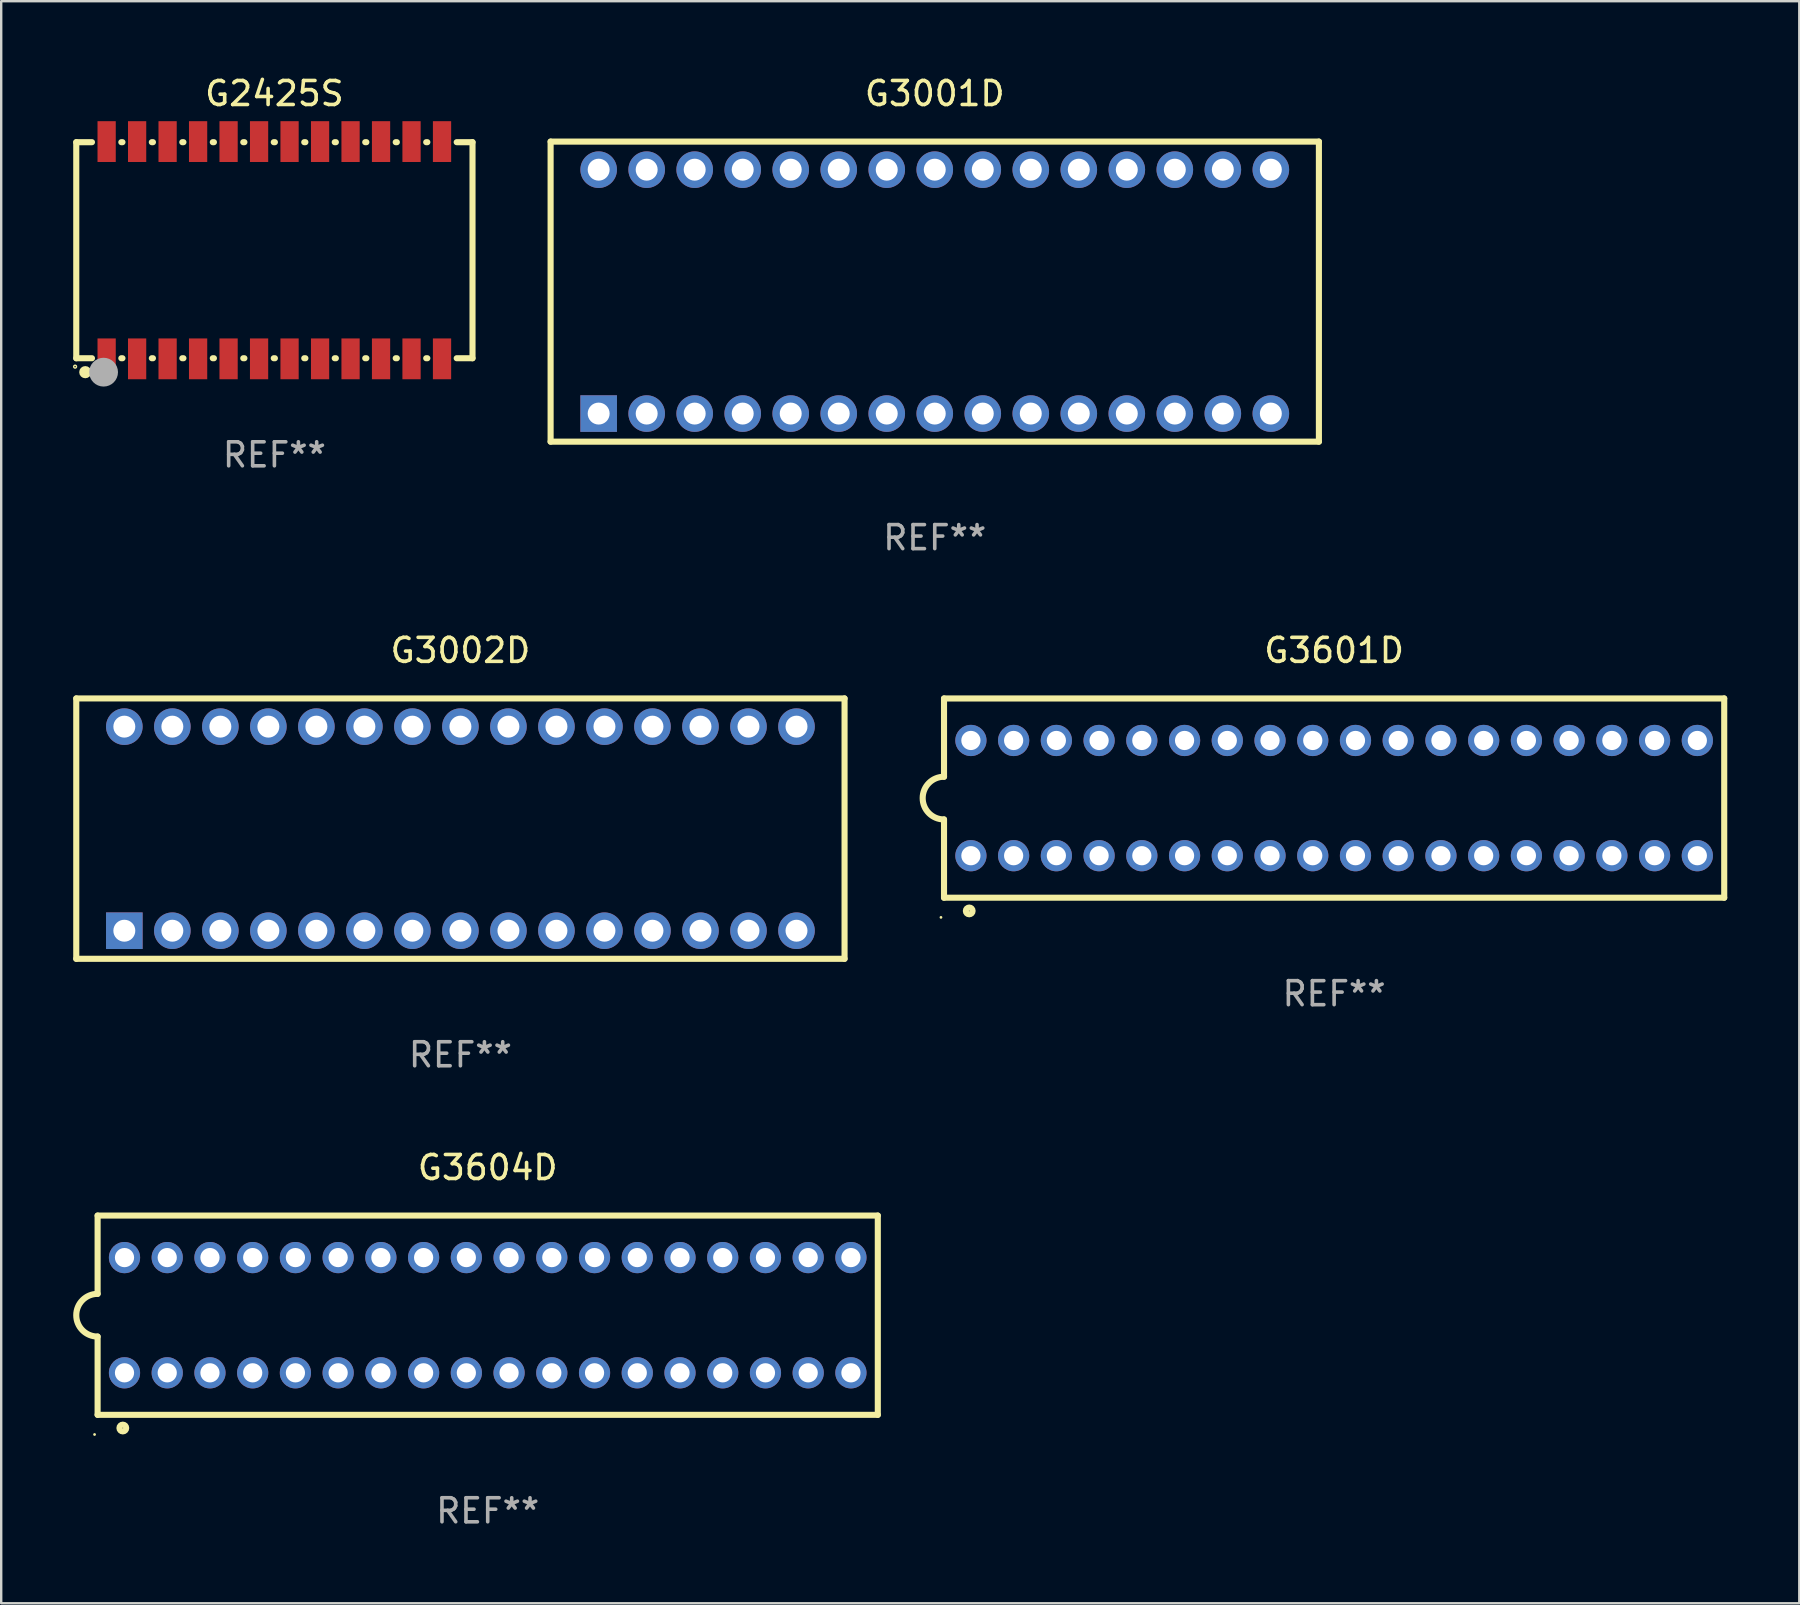
<source format=kicad_pcb>
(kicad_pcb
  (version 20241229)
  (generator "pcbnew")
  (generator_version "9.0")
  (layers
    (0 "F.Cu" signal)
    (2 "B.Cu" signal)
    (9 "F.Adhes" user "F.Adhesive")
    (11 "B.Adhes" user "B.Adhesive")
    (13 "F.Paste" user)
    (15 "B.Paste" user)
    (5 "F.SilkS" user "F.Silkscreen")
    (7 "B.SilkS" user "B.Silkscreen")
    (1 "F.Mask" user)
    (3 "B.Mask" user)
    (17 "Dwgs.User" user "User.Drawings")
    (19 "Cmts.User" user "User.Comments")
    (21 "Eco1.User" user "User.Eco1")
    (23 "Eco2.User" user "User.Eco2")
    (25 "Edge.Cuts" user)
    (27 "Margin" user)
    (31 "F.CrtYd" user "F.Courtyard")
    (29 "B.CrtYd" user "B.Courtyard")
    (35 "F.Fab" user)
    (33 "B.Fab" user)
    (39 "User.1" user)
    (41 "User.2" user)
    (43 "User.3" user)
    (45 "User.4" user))
  (footprint "G3001D"
    (layer "F.Cu")
    (at 35.888 9.098)
    (property "Reference" "G3001D" (at 0 -8.25 0) (layer "F.SilkS") (effects (font (size 1 1) (thickness 0.15))))
    (attr through_hole)
    (fp_line (start -16.002 -6.25) (end -16.002 6.25) (stroke (width 0.254) (type solid)) (layer "F.SilkS"))
    (fp_line (start -16.002 -6.25) (end 16.002 -6.25) (stroke (width 0.254) (type solid)) (layer "F.SilkS"))
    (fp_line (start -16.002 6.25) (end 16.002 6.25) (stroke (width 0.254) (type solid)) (layer "F.SilkS"))
    (fp_line (start 16.002 -6.25) (end 16.002 6.25) (stroke (width 0.254) (type solid)) (layer "F.SilkS"))
    (fp_text user "REF**" (at 0 10.25 0) (layer "F.Fab") (effects (font (size 1 1) (thickness 0.15))))
    (pad "1" thru_hole rect (at -14 5.08) (size 1.524 1.524) (drill 0.914) (layers "*.Cu" "*.Mask"))
    (pad "2" thru_hole circle (at -12 5.08) (size 1.524 1.524) (drill 0.914) (layers "*.Cu" "*.Mask"))
    (pad "3" thru_hole circle (at -10 5.08) (size 1.524 1.524) (drill 0.914) (layers "*.Cu" "*.Mask"))
    (pad "4" thru_hole circle (at -8 5.08) (size 1.524 1.524) (drill 0.914) (layers "*.Cu" "*.Mask"))
    (pad "5" thru_hole circle (at -6 5.08) (size 1.524 1.524) (drill 0.914) (layers "*.Cu" "*.Mask"))
    (pad "6" thru_hole circle (at -4 5.08) (size 1.524 1.524) (drill 0.914) (layers "*.Cu" "*.Mask"))
    (pad "7" thru_hole circle (at -2 5.08) (size 1.524 1.524) (drill 0.914) (layers "*.Cu" "*.Mask"))
    (pad "8" thru_hole circle (at 0 5.08) (size 1.524 1.524) (drill 0.914) (layers "*.Cu" "*.Mask"))
    (pad "9" thru_hole circle (at 2 5.08) (size 1.524 1.524) (drill 0.914) (layers "*.Cu" "*.Mask"))
    (pad "10" thru_hole circle (at 4 5.08) (size 1.524 1.524) (drill 0.914) (layers "*.Cu" "*.Mask"))
    (pad "11" thru_hole circle (at 6 5.08) (size 1.524 1.524) (drill 0.914) (layers "*.Cu" "*.Mask"))
    (pad "12" thru_hole circle (at 8 5.08) (size 1.524 1.524) (drill 0.914) (layers "*.Cu" "*.Mask"))
    (pad "13" thru_hole circle (at 10 5.08) (size 1.524 1.524) (drill 0.914) (layers "*.Cu" "*.Mask"))
    (pad "14" thru_hole circle (at 12 5.08) (size 1.524 1.524) (drill 0.914) (layers "*.Cu" "*.Mask"))
    (pad "15" thru_hole circle (at 14 5.08) (size 1.524 1.524) (drill 0.914) (layers "*.Cu" "*.Mask"))
    (pad "16" thru_hole circle (at 14 -5.08) (size 1.524 1.524) (drill 0.914) (layers "*.Cu" "*.Mask"))
    (pad "17" thru_hole circle (at 12 -5.08) (size 1.524 1.524) (drill 0.914) (layers "*.Cu" "*.Mask"))
    (pad "18" thru_hole circle (at 10 -5.08) (size 1.524 1.524) (drill 0.914) (layers "*.Cu" "*.Mask"))
    (pad "19" thru_hole circle (at 8 -5.08) (size 1.524 1.524) (drill 0.914) (layers "*.Cu" "*.Mask"))
    (pad "20" thru_hole circle (at 6 -5.08) (size 1.524 1.524) (drill 0.914) (layers "*.Cu" "*.Mask"))
    (pad "21" thru_hole circle (at 4 -5.08) (size 1.524 1.524) (drill 0.914) (layers "*.Cu" "*.Mask"))
    (pad "22" thru_hole circle (at 2 -5.08) (size 1.524 1.524) (drill 0.914) (layers "*.Cu" "*.Mask"))
    (pad "23" thru_hole circle (at 0 -5.08) (size 1.524 1.524) (drill 0.914) (layers "*.Cu" "*.Mask"))
    (pad "24" thru_hole circle (at -2 -5.08) (size 1.524 1.524) (drill 0.914) (layers "*.Cu" "*.Mask"))
    (pad "25" thru_hole circle (at -4 -5.08) (size 1.524 1.524) (drill 0.914) (layers "*.Cu" "*.Mask"))
    (pad "26" thru_hole circle (at -6 -5.08) (size 1.524 1.524) (drill 0.914) (layers "*.Cu" "*.Mask"))
    (pad "27" thru_hole circle (at -8 -5.08) (size 1.524 1.524) (drill 0.914) (layers "*.Cu" "*.Mask"))
    (pad "28" thru_hole circle (at -10 -5.08) (size 1.524 1.524) (drill 0.914) (layers "*.Cu" "*.Mask"))
    (pad "29" thru_hole circle (at -12 -5.08) (size 1.524 1.524) (drill 0.914) (layers "*.Cu" "*.Mask"))
    (pad "30" thru_hole circle (at -14 -5.08) (size 1.524 1.524) (drill 0.914) (layers "*.Cu" "*.Mask")))
  (footprint "G3604D"
    (layer "F.Cu")
    (at 17.266 51.736)
    (property "Reference" "G3604D" (at 0 -6.15 0) (layer "F.SilkS") (effects (font (size 1 1) (thickness 0.15))))
    (attr through_hole)
    (fp_line (start -16.25 -4.15) (end -16.25 -0.89) (stroke (width 0.254) (type solid)) (layer "F.SilkS"))
    (fp_line (start -16.25 -4.15) (end 16.25 -4.15) (stroke (width 0.254) (type solid)) (layer "F.SilkS"))
    (fp_line (start -16.25 4.15) (end -16.25 0.89) (stroke (width 0.254) (type solid)) (layer "F.SilkS"))
    (fp_line (start 16.25 -4.15) (end 16.25 4.15) (stroke (width 0.254) (type solid)) (layer "F.SilkS"))
    (fp_line (start 16.25 4.15) (end -16.25 4.15) (stroke (width 0.254) (type solid)) (layer "F.SilkS"))
    (fp_arc (start -16.250038 0.889992) (mid -17.138913 0.00019) (end -16.249429 -0.889002) (stroke (width 0.254001) (type solid)) (layer "F.SilkS"))
    (fp_circle (center -16.377 4.969) (end -16.347 4.969) (stroke (width 0.06) (type solid)) (fill no) (layer "F.SilkS"))
    (fp_circle (center -15.2 4.7) (end -15.059 4.7) (stroke (width 0.254) (type solid)) (fill no) (layer "F.SilkS"))
    (fp_text user "REF**" (at 0 8.15 0) (layer "F.Fab") (effects (font (size 1 1) (thickness 0.15))))
    (pad "1" thru_hole circle (at -15.13 2.4) (size 1.3 1.3) (drill 0.8) (layers "*.Cu" "*.Mask"))
    (pad "2" thru_hole circle (at -13.35 2.4) (size 1.3 1.3) (drill 0.8) (layers "*.Cu" "*.Mask"))
    (pad "3" thru_hole circle (at -11.57 2.4) (size 1.3 1.3) (drill 0.8) (layers "*.Cu" "*.Mask"))
    (pad "4" thru_hole circle (at -9.79 2.4) (size 1.3 1.3) (drill 0.8) (layers "*.Cu" "*.Mask"))
    (pad "5" thru_hole circle (at -8.01 2.4) (size 1.3 1.3) (drill 0.8) (layers "*.Cu" "*.Mask"))
    (pad "6" thru_hole circle (at -6.23 2.4) (size 1.3 1.3) (drill 0.8) (layers "*.Cu" "*.Mask"))
    (pad "7" thru_hole circle (at -4.45 2.4) (size 1.3 1.3) (drill 0.8) (layers "*.Cu" "*.Mask"))
    (pad "8" thru_hole circle (at -2.67 2.4) (size 1.3 1.3) (drill 0.8) (layers "*.Cu" "*.Mask"))
    (pad "9" thru_hole circle (at -0.89 2.4) (size 1.3 1.3) (drill 0.8) (layers "*.Cu" "*.Mask"))
    (pad "10" thru_hole circle (at 0.89 2.4) (size 1.3 1.3) (drill 0.8) (layers "*.Cu" "*.Mask"))
    (pad "11" thru_hole circle (at 2.67 2.4) (size 1.3 1.3) (drill 0.8) (layers "*.Cu" "*.Mask"))
    (pad "12" thru_hole circle (at 4.45 2.4) (size 1.3 1.3) (drill 0.8) (layers "*.Cu" "*.Mask"))
    (pad "13" thru_hole circle (at 6.23 2.4) (size 1.3 1.3) (drill 0.8) (layers "*.Cu" "*.Mask"))
    (pad "14" thru_hole circle (at 8.01 2.4) (size 1.3 1.3) (drill 0.8) (layers "*.Cu" "*.Mask"))
    (pad "15" thru_hole circle (at 9.79 2.4) (size 1.3 1.3) (drill 0.8) (layers "*.Cu" "*.Mask"))
    (pad "16" thru_hole circle (at 11.57 2.4) (size 1.3 1.3) (drill 0.8) (layers "*.Cu" "*.Mask"))
    (pad "17" thru_hole circle (at 13.35 2.4) (size 1.3 1.3) (drill 0.8) (layers "*.Cu" "*.Mask"))
    (pad "18" thru_hole circle (at 15.13 2.4) (size 1.3 1.3) (drill 0.8) (layers "*.Cu" "*.Mask"))
    (pad "19" thru_hole circle (at 15.13 -2.4) (size 1.3 1.3) (drill 0.8) (layers "*.Cu" "*.Mask"))
    (pad "20" thru_hole circle (at 13.35 -2.4) (size 1.3 1.3) (drill 0.8) (layers "*.Cu" "*.Mask"))
    (pad "21" thru_hole circle (at 11.57 -2.4) (size 1.3 1.3) (drill 0.8) (layers "*.Cu" "*.Mask"))
    (pad "22" thru_hole circle (at 9.79 -2.4) (size 1.3 1.3) (drill 0.8) (layers "*.Cu" "*.Mask"))
    (pad "23" thru_hole circle (at 8.01 -2.4) (size 1.3 1.3) (drill 0.8) (layers "*.Cu" "*.Mask"))
    (pad "24" thru_hole circle (at 6.23 -2.4) (size 1.3 1.3) (drill 0.8) (layers "*.Cu" "*.Mask"))
    (pad "25" thru_hole circle (at 4.45 -2.4) (size 1.3 1.3) (drill 0.8) (layers "*.Cu" "*.Mask"))
    (pad "26" thru_hole circle (at 2.67 -2.4) (size 1.3 1.3) (drill 0.8) (layers "*.Cu" "*.Mask"))
    (pad "27" thru_hole circle (at 0.89 -2.4) (size 1.3 1.3) (drill 0.8) (layers "*.Cu" "*.Mask"))
    (pad "28" thru_hole circle (at -0.89 -2.4) (size 1.3 1.3) (drill 0.8) (layers "*.Cu" "*.Mask"))
    (pad "29" thru_hole circle (at -2.67 -2.4) (size 1.3 1.3) (drill 0.8) (layers "*.Cu" "*.Mask"))
    (pad "30" thru_hole circle (at -4.45 -2.4) (size 1.3 1.3) (drill 0.8) (layers "*.Cu" "*.Mask"))
    (pad "31" thru_hole circle (at -6.23 -2.4) (size 1.3 1.3) (drill 0.8) (layers "*.Cu" "*.Mask"))
    (pad "32" thru_hole circle (at -8.01 -2.4) (size 1.3 1.3) (drill 0.8) (layers "*.Cu" "*.Mask"))
    (pad "33" thru_hole circle (at -9.79 -2.4) (size 1.3 1.3) (drill 0.8) (layers "*.Cu" "*.Mask"))
    (pad "34" thru_hole circle (at -11.57 -2.4) (size 1.3 1.3) (drill 0.8) (layers "*.Cu" "*.Mask"))
    (pad "35" thru_hole circle (at -13.35 -2.4) (size 1.3 1.3) (drill 0.8) (layers "*.Cu" "*.Mask"))
    (pad "36" thru_hole circle (at -15.13 -2.4) (size 1.3 1.3) (drill 0.8) (layers "*.Cu" "*.Mask")))
  (footprint "G2425S"
    (layer "F.Cu")
    (at 8.38 7.373)
    (property "Reference" "G2425S" (at 0 -6.525 0) (layer "F.SilkS") (effects (font (size 1 1) (thickness 0.15))))
    (attr through_hole)
    (fp_line (start -8.253 -4.5) (end -8.253 4.5) (stroke (width 0.254) (type solid)) (layer "F.SilkS"))
    (fp_line (start -8.253 -4.5) (end -7.599 -4.5) (stroke (width 0.254) (type solid)) (layer "F.SilkS"))
    (fp_line (start -8.253 4.5) (end -7.599 4.5) (stroke (width 0.254) (type solid)) (layer "F.SilkS"))
    (fp_line (start -6.376 -4.5) (end -6.329 -4.5) (stroke (width 0.254) (type solid)) (layer "F.SilkS"))
    (fp_line (start -6.376 4.5) (end -6.329 4.5) (stroke (width 0.254) (type solid)) (layer "F.SilkS"))
    (fp_line (start -5.106 -4.5) (end -5.059 -4.5) (stroke (width 0.254) (type solid)) (layer "F.SilkS"))
    (fp_line (start -5.106 4.5) (end -5.059 4.5) (stroke (width 0.254) (type solid)) (layer "F.SilkS"))
    (fp_line (start -3.836 -4.5) (end -3.789 -4.5) (stroke (width 0.254) (type solid)) (layer "F.SilkS"))
    (fp_line (start -3.836 4.5) (end -3.789 4.5) (stroke (width 0.254) (type solid)) (layer "F.SilkS"))
    (fp_line (start -2.566 -4.5) (end -2.519 -4.5) (stroke (width 0.254) (type solid)) (layer "F.SilkS"))
    (fp_line (start -2.566 4.5) (end -2.519 4.5) (stroke (width 0.254) (type solid)) (layer "F.SilkS"))
    (fp_line (start -1.296 -4.5) (end -1.249 -4.5) (stroke (width 0.254) (type solid)) (layer "F.SilkS"))
    (fp_line (start -1.296 4.5) (end -1.249 4.5) (stroke (width 0.254) (type solid)) (layer "F.SilkS"))
    (fp_line (start -0.026 -4.5) (end 0.021 -4.5) (stroke (width 0.254) (type solid)) (layer "F.SilkS"))
    (fp_line (start -0.026 4.5) (end 0.021 4.5) (stroke (width 0.254) (type solid)) (layer "F.SilkS"))
    (fp_line (start 1.244 -4.5) (end 1.291 -4.5) (stroke (width 0.254) (type solid)) (layer "F.SilkS"))
    (fp_line (start 1.244 4.5) (end 1.291 4.5) (stroke (width 0.254) (type solid)) (layer "F.SilkS"))
    (fp_line (start 2.514 -4.5) (end 2.561 -4.5) (stroke (width 0.254) (type solid)) (layer "F.SilkS"))
    (fp_line (start 2.514 4.5) (end 2.561 4.5) (stroke (width 0.254) (type solid)) (layer "F.SilkS"))
    (fp_line (start 3.784 -4.5) (end 3.831 -4.5) (stroke (width 0.254) (type solid)) (layer "F.SilkS"))
    (fp_line (start 3.784 4.5) (end 3.831 4.5) (stroke (width 0.254) (type solid)) (layer "F.SilkS"))
    (fp_line (start 5.054 -4.5) (end 5.101 -4.5) (stroke (width 0.254) (type solid)) (layer "F.SilkS"))
    (fp_line (start 5.054 4.5) (end 5.101 4.5) (stroke (width 0.254) (type solid)) (layer "F.SilkS"))
    (fp_line (start 6.324 -4.5) (end 6.371 -4.5) (stroke (width 0.254) (type solid)) (layer "F.SilkS"))
    (fp_line (start 6.324 4.5) (end 6.371 4.5) (stroke (width 0.254) (type solid)) (layer "F.SilkS"))
    (fp_line (start 7.594 -4.5) (end 8.253 -4.5) (stroke (width 0.254) (type solid)) (layer "F.SilkS"))
    (fp_line (start 7.594 4.5) (end 8.253 4.5) (stroke (width 0.254) (type solid)) (layer "F.SilkS"))
    (fp_line (start 8.253 4.5) (end 8.253 -4.5) (stroke (width 0.254) (type solid)) (layer "F.SilkS"))
    (fp_circle (center -8.302 4.85) (end -8.273 4.85) (stroke (width 0.06) (type solid)) (fill no) (layer "F.SilkS"))
    (fp_circle (center -7.877 5.08) (end -7.75 5.08) (stroke (width 0.254) (type solid)) (fill no) (layer "F.SilkS"))
    (fp_circle (center -7.115 5.08) (end -6.815 5.08) (stroke (width 0.6) (type solid)) (fill no) (layer "F.Fab"))
    (fp_text user "REF**" (at 0 8.525 0) (layer "F.Fab") (effects (font (size 1 1) (thickness 0.15))))
    (pad "1" smd rect (at -6.988 4.525) (size 0.76 1.7) (layers "F.Cu" "F.Mask" "F.Paste"))
    (pad "2" smd rect (at -5.718 4.525) (size 0.76 1.7) (layers "F.Cu" "F.Mask" "F.Paste"))
    (pad "3" smd rect (at -4.448 4.525) (size 0.76 1.7) (layers "F.Cu" "F.Mask" "F.Paste"))
    (pad "4" smd rect (at -3.178 4.525) (size 0.76 1.7) (layers "F.Cu" "F.Mask" "F.Paste"))
    (pad "5" smd rect (at -1.908 4.525) (size 0.76 1.7) (layers "F.Cu" "F.Mask" "F.Paste"))
    (pad "6" smd rect (at -0.638 4.525) (size 0.76 1.7) (layers "F.Cu" "F.Mask" "F.Paste"))
    (pad "7" smd rect (at 0.632 4.525) (size 0.76 1.7) (layers "F.Cu" "F.Mask" "F.Paste"))
    (pad "8" smd rect (at 1.903 4.525) (size 0.76 1.7) (layers "F.Cu" "F.Mask" "F.Paste"))
    (pad "9" smd rect (at 3.173 4.525) (size 0.76 1.7) (layers "F.Cu" "F.Mask" "F.Paste"))
    (pad "10" smd rect (at 4.443 4.525) (size 0.76 1.7) (layers "F.Cu" "F.Mask" "F.Paste"))
    (pad "11" smd rect (at 5.713 4.525) (size 0.76 1.7) (layers "F.Cu" "F.Mask" "F.Paste"))
    (pad "12" smd rect (at 6.983 4.525) (size 0.76 1.7) (layers "F.Cu" "F.Mask" "F.Paste"))
    (pad "13" smd rect (at 6.983 -4.525) (size 0.76 1.7) (layers "F.Cu" "F.Mask" "F.Paste"))
    (pad "14" smd rect (at 5.713 -4.525) (size 0.76 1.7) (layers "F.Cu" "F.Mask" "F.Paste"))
    (pad "15" smd rect (at 4.443 -4.525) (size 0.76 1.7) (layers "F.Cu" "F.Mask" "F.Paste"))
    (pad "16" smd rect (at 3.173 -4.525) (size 0.76 1.7) (layers "F.Cu" "F.Mask" "F.Paste"))
    (pad "17" smd rect (at 1.903 -4.525) (size 0.76 1.7) (layers "F.Cu" "F.Mask" "F.Paste"))
    (pad "18" smd rect (at 0.632 -4.525) (size 0.76 1.7) (layers "F.Cu" "F.Mask" "F.Paste"))
    (pad "19" smd rect (at -0.638 -4.525) (size 0.76 1.7) (layers "F.Cu" "F.Mask" "F.Paste"))
    (pad "20" smd rect (at -1.908 -4.525) (size 0.76 1.7) (layers "F.Cu" "F.Mask" "F.Paste"))
    (pad "21" smd rect (at -3.178 -4.525) (size 0.76 1.7) (layers "F.Cu" "F.Mask" "F.Paste"))
    (pad "22" smd rect (at -4.448 -4.525) (size 0.76 1.7) (layers "F.Cu" "F.Mask" "F.Paste"))
    (pad "23" smd rect (at -5.718 -4.525) (size 0.76 1.7) (layers "F.Cu" "F.Mask" "F.Paste"))
    (pad "24" smd rect (at -6.988 -4.525) (size 0.76 1.7) (layers "F.Cu" "F.Mask" "F.Paste")))
  (footprint "G3002D"
    (layer "F.Cu")
    (at 16.129 31.467)
    (property "Reference" "G3002D" (at 0 -7.423 0) (layer "F.SilkS") (effects (font (size 1 1) (thickness 0.15))))
    (attr through_hole)
    (fp_line (start -16.002 -5.423) (end -16.002 5.423) (stroke (width 0.254) (type solid)) (layer "F.SilkS"))
    (fp_line (start -16.002 -5.423) (end 16.002 -5.423) (stroke (width 0.254) (type solid)) (layer "F.SilkS"))
    (fp_line (start -16.002 5.423) (end 16.002 5.423) (stroke (width 0.254) (type solid)) (layer "F.SilkS"))
    (fp_line (start 16.002 -5.423) (end 16.002 5.423) (stroke (width 0.254) (type solid)) (layer "F.SilkS"))
    (fp_text user "REF**" (at 0 9.423 0) (layer "F.Fab") (effects (font (size 1 1) (thickness 0.15))))
    (pad "1" thru_hole rect (at -14 4.253) (size 1.524 1.524) (drill 0.914) (layers "*.Cu" "*.Mask"))
    (pad "2" thru_hole circle (at -12 4.253) (size 1.524 1.524) (drill 0.914) (layers "*.Cu" "*.Mask"))
    (pad "3" thru_hole circle (at -10 4.253) (size 1.524 1.524) (drill 0.914) (layers "*.Cu" "*.Mask"))
    (pad "4" thru_hole circle (at -8 4.253) (size 1.524 1.524) (drill 0.914) (layers "*.Cu" "*.Mask"))
    (pad "5" thru_hole circle (at -6 4.253) (size 1.524 1.524) (drill 0.914) (layers "*.Cu" "*.Mask"))
    (pad "6" thru_hole circle (at -4 4.253) (size 1.524 1.524) (drill 0.914) (layers "*.Cu" "*.Mask"))
    (pad "7" thru_hole circle (at -2 4.253) (size 1.524 1.524) (drill 0.914) (layers "*.Cu" "*.Mask"))
    (pad "8" thru_hole circle (at 0 4.253) (size 1.524 1.524) (drill 0.914) (layers "*.Cu" "*.Mask"))
    (pad "9" thru_hole circle (at 2 4.253) (size 1.524 1.524) (drill 0.914) (layers "*.Cu" "*.Mask"))
    (pad "10" thru_hole circle (at 4 4.253) (size 1.524 1.524) (drill 0.914) (layers "*.Cu" "*.Mask"))
    (pad "11" thru_hole circle (at 6 4.253) (size 1.524 1.524) (drill 0.914) (layers "*.Cu" "*.Mask"))
    (pad "12" thru_hole circle (at 8 4.253) (size 1.524 1.524) (drill 0.914) (layers "*.Cu" "*.Mask"))
    (pad "13" thru_hole circle (at 10 4.253) (size 1.524 1.524) (drill 0.914) (layers "*.Cu" "*.Mask"))
    (pad "14" thru_hole circle (at 12 4.253) (size 1.524 1.524) (drill 0.914) (layers "*.Cu" "*.Mask"))
    (pad "15" thru_hole circle (at 14 4.253) (size 1.524 1.524) (drill 0.914) (layers "*.Cu" "*.Mask"))
    (pad "16" thru_hole circle (at 14 -4.248) (size 1.524 1.524) (drill 0.914) (layers "*.Cu" "*.Mask"))
    (pad "17" thru_hole circle (at 12 -4.248) (size 1.524 1.524) (drill 0.914) (layers "*.Cu" "*.Mask"))
    (pad "18" thru_hole circle (at 10 -4.248) (size 1.524 1.524) (drill 0.914) (layers "*.Cu" "*.Mask"))
    (pad "19" thru_hole circle (at 8 -4.248) (size 1.524 1.524) (drill 0.914) (layers "*.Cu" "*.Mask"))
    (pad "20" thru_hole circle (at 6 -4.248) (size 1.524 1.524) (drill 0.914) (layers "*.Cu" "*.Mask"))
    (pad "21" thru_hole circle (at 4 -4.248) (size 1.524 1.524) (drill 0.914) (layers "*.Cu" "*.Mask"))
    (pad "22" thru_hole circle (at 2 -4.248) (size 1.524 1.524) (drill 0.914) (layers "*.Cu" "*.Mask"))
    (pad "23" thru_hole circle (at 0 -4.248) (size 1.524 1.524) (drill 0.914) (layers "*.Cu" "*.Mask"))
    (pad "24" thru_hole circle (at -2 -4.248) (size 1.524 1.524) (drill 0.914) (layers "*.Cu" "*.Mask"))
    (pad "25" thru_hole circle (at -4 -4.248) (size 1.524 1.524) (drill 0.914) (layers "*.Cu" "*.Mask"))
    (pad "26" thru_hole circle (at -6 -4.248) (size 1.524 1.524) (drill 0.914) (layers "*.Cu" "*.Mask"))
    (pad "27" thru_hole circle (at -8 -4.248) (size 1.524 1.524) (drill 0.914) (layers "*.Cu" "*.Mask"))
    (pad "28" thru_hole circle (at -10 -4.248) (size 1.524 1.524) (drill 0.914) (layers "*.Cu" "*.Mask"))
    (pad "29" thru_hole circle (at -12 -4.248) (size 1.524 1.524) (drill 0.914) (layers "*.Cu" "*.Mask"))
    (pad "30" thru_hole circle (at -14 -4.248) (size 1.524 1.524) (drill 0.914) (layers "*.Cu" "*.Mask")))
  (footprint "G3601D"
    (layer "F.Cu")
    (at 52.524 30.195)
    (property "Reference" "G3601D" (at 0 -6.15 0) (layer "F.SilkS") (effects (font (size 1 1) (thickness 0.15))))
    (attr through_hole)
    (fp_line (start -16.25 -4.15) (end -16.25 -0.89) (stroke (width 0.254) (type solid)) (layer "F.SilkS"))
    (fp_line (start -16.25 -4.15) (end 16.25 -4.15) (stroke (width 0.254) (type solid)) (layer "F.SilkS"))
    (fp_line (start -16.25 4.15) (end -16.25 0.89) (stroke (width 0.254) (type solid)) (layer "F.SilkS"))
    (fp_line (start 16.25 -4.15) (end 16.25 4.15) (stroke (width 0.254) (type solid)) (layer "F.SilkS"))
    (fp_line (start 16.25 4.15) (end -16.25 4.15) (stroke (width 0.254) (type solid)) (layer "F.SilkS"))
    (fp_arc (start -16.250038 0.889992) (mid -17.138913 0.00019) (end -16.249429 -0.889002) (stroke (width 0.254001) (type solid)) (layer "F.SilkS"))
    (fp_circle (center -16.377 4.969) (end -16.347 4.969) (stroke (width 0.06) (type solid)) (fill no) (layer "F.SilkS"))
    (fp_circle (center -15.2 4.7) (end -15.059 4.7) (stroke (width 0.254) (type solid)) (fill no) (layer "F.SilkS"))
    (fp_text user "REF**" (at 0 8.15 0) (layer "F.Fab") (effects (font (size 1 1) (thickness 0.15))))
    (pad "1" thru_hole circle (at -15.13 2.4) (size 1.3 1.3) (drill 0.8) (layers "*.Cu" "*.Mask"))
    (pad "2" thru_hole circle (at -13.35 2.4) (size 1.3 1.3) (drill 0.8) (layers "*.Cu" "*.Mask"))
    (pad "3" thru_hole circle (at -11.57 2.4) (size 1.3 1.3) (drill 0.8) (layers "*.Cu" "*.Mask"))
    (pad "4" thru_hole circle (at -9.79 2.4) (size 1.3 1.3) (drill 0.8) (layers "*.Cu" "*.Mask"))
    (pad "5" thru_hole circle (at -8.01 2.4) (size 1.3 1.3) (drill 0.8) (layers "*.Cu" "*.Mask"))
    (pad "6" thru_hole circle (at -6.23 2.4) (size 1.3 1.3) (drill 0.8) (layers "*.Cu" "*.Mask"))
    (pad "7" thru_hole circle (at -4.45 2.4) (size 1.3 1.3) (drill 0.8) (layers "*.Cu" "*.Mask"))
    (pad "8" thru_hole circle (at -2.67 2.4) (size 1.3 1.3) (drill 0.8) (layers "*.Cu" "*.Mask"))
    (pad "9" thru_hole circle (at -0.89 2.4) (size 1.3 1.3) (drill 0.8) (layers "*.Cu" "*.Mask"))
    (pad "10" thru_hole circle (at 0.89 2.4) (size 1.3 1.3) (drill 0.8) (layers "*.Cu" "*.Mask"))
    (pad "11" thru_hole circle (at 2.67 2.4) (size 1.3 1.3) (drill 0.8) (layers "*.Cu" "*.Mask"))
    (pad "12" thru_hole circle (at 4.45 2.4) (size 1.3 1.3) (drill 0.8) (layers "*.Cu" "*.Mask"))
    (pad "13" thru_hole circle (at 6.23 2.4) (size 1.3 1.3) (drill 0.8) (layers "*.Cu" "*.Mask"))
    (pad "14" thru_hole circle (at 8.01 2.4) (size 1.3 1.3) (drill 0.8) (layers "*.Cu" "*.Mask"))
    (pad "15" thru_hole circle (at 9.79 2.4) (size 1.3 1.3) (drill 0.8) (layers "*.Cu" "*.Mask"))
    (pad "16" thru_hole circle (at 11.57 2.4) (size 1.3 1.3) (drill 0.8) (layers "*.Cu" "*.Mask"))
    (pad "17" thru_hole circle (at 13.35 2.4) (size 1.3 1.3) (drill 0.8) (layers "*.Cu" "*.Mask"))
    (pad "18" thru_hole circle (at 15.13 2.4) (size 1.3 1.3) (drill 0.8) (layers "*.Cu" "*.Mask"))
    (pad "19" thru_hole circle (at 15.13 -2.4) (size 1.3 1.3) (drill 0.8) (layers "*.Cu" "*.Mask"))
    (pad "20" thru_hole circle (at 13.35 -2.4) (size 1.3 1.3) (drill 0.8) (layers "*.Cu" "*.Mask"))
    (pad "21" thru_hole circle (at 11.57 -2.4) (size 1.3 1.3) (drill 0.8) (layers "*.Cu" "*.Mask"))
    (pad "22" thru_hole circle (at 9.79 -2.4) (size 1.3 1.3) (drill 0.8) (layers "*.Cu" "*.Mask"))
    (pad "23" thru_hole circle (at 8.01 -2.4) (size 1.3 1.3) (drill 0.8) (layers "*.Cu" "*.Mask"))
    (pad "24" thru_hole circle (at 6.23 -2.4) (size 1.3 1.3) (drill 0.8) (layers "*.Cu" "*.Mask"))
    (pad "25" thru_hole circle (at 4.45 -2.4) (size 1.3 1.3) (drill 0.8) (layers "*.Cu" "*.Mask"))
    (pad "26" thru_hole circle (at 2.67 -2.4) (size 1.3 1.3) (drill 0.8) (layers "*.Cu" "*.Mask"))
    (pad "27" thru_hole circle (at 0.89 -2.4) (size 1.3 1.3) (drill 0.8) (layers "*.Cu" "*.Mask"))
    (pad "28" thru_hole circle (at -0.89 -2.4) (size 1.3 1.3) (drill 0.8) (layers "*.Cu" "*.Mask"))
    (pad "29" thru_hole circle (at -2.67 -2.4) (size 1.3 1.3) (drill 0.8) (layers "*.Cu" "*.Mask"))
    (pad "30" thru_hole circle (at -4.45 -2.4) (size 1.3 1.3) (drill 0.8) (layers "*.Cu" "*.Mask"))
    (pad "31" thru_hole circle (at -6.23 -2.4) (size 1.3 1.3) (drill 0.8) (layers "*.Cu" "*.Mask"))
    (pad "32" thru_hole circle (at -8.01 -2.4) (size 1.3 1.3) (drill 0.8) (layers "*.Cu" "*.Mask"))
    (pad "33" thru_hole circle (at -9.79 -2.4) (size 1.3 1.3) (drill 0.8) (layers "*.Cu" "*.Mask"))
    (pad "34" thru_hole circle (at -11.57 -2.4) (size 1.3 1.3) (drill 0.8) (layers "*.Cu" "*.Mask"))
    (pad "35" thru_hole circle (at -13.35 -2.4) (size 1.3 1.3) (drill 0.8) (layers "*.Cu" "*.Mask"))
    (pad "36" thru_hole circle (at -15.13 -2.4) (size 1.3 1.3) (drill 0.8) (layers "*.Cu" "*.Mask")))
  (gr_rect
    (start -3 -3)
    (end 71.901 63.735)
    (stroke (width 0.1) (type default))
    (fill no)
    (layer "Edge.Cuts")))
</source>
